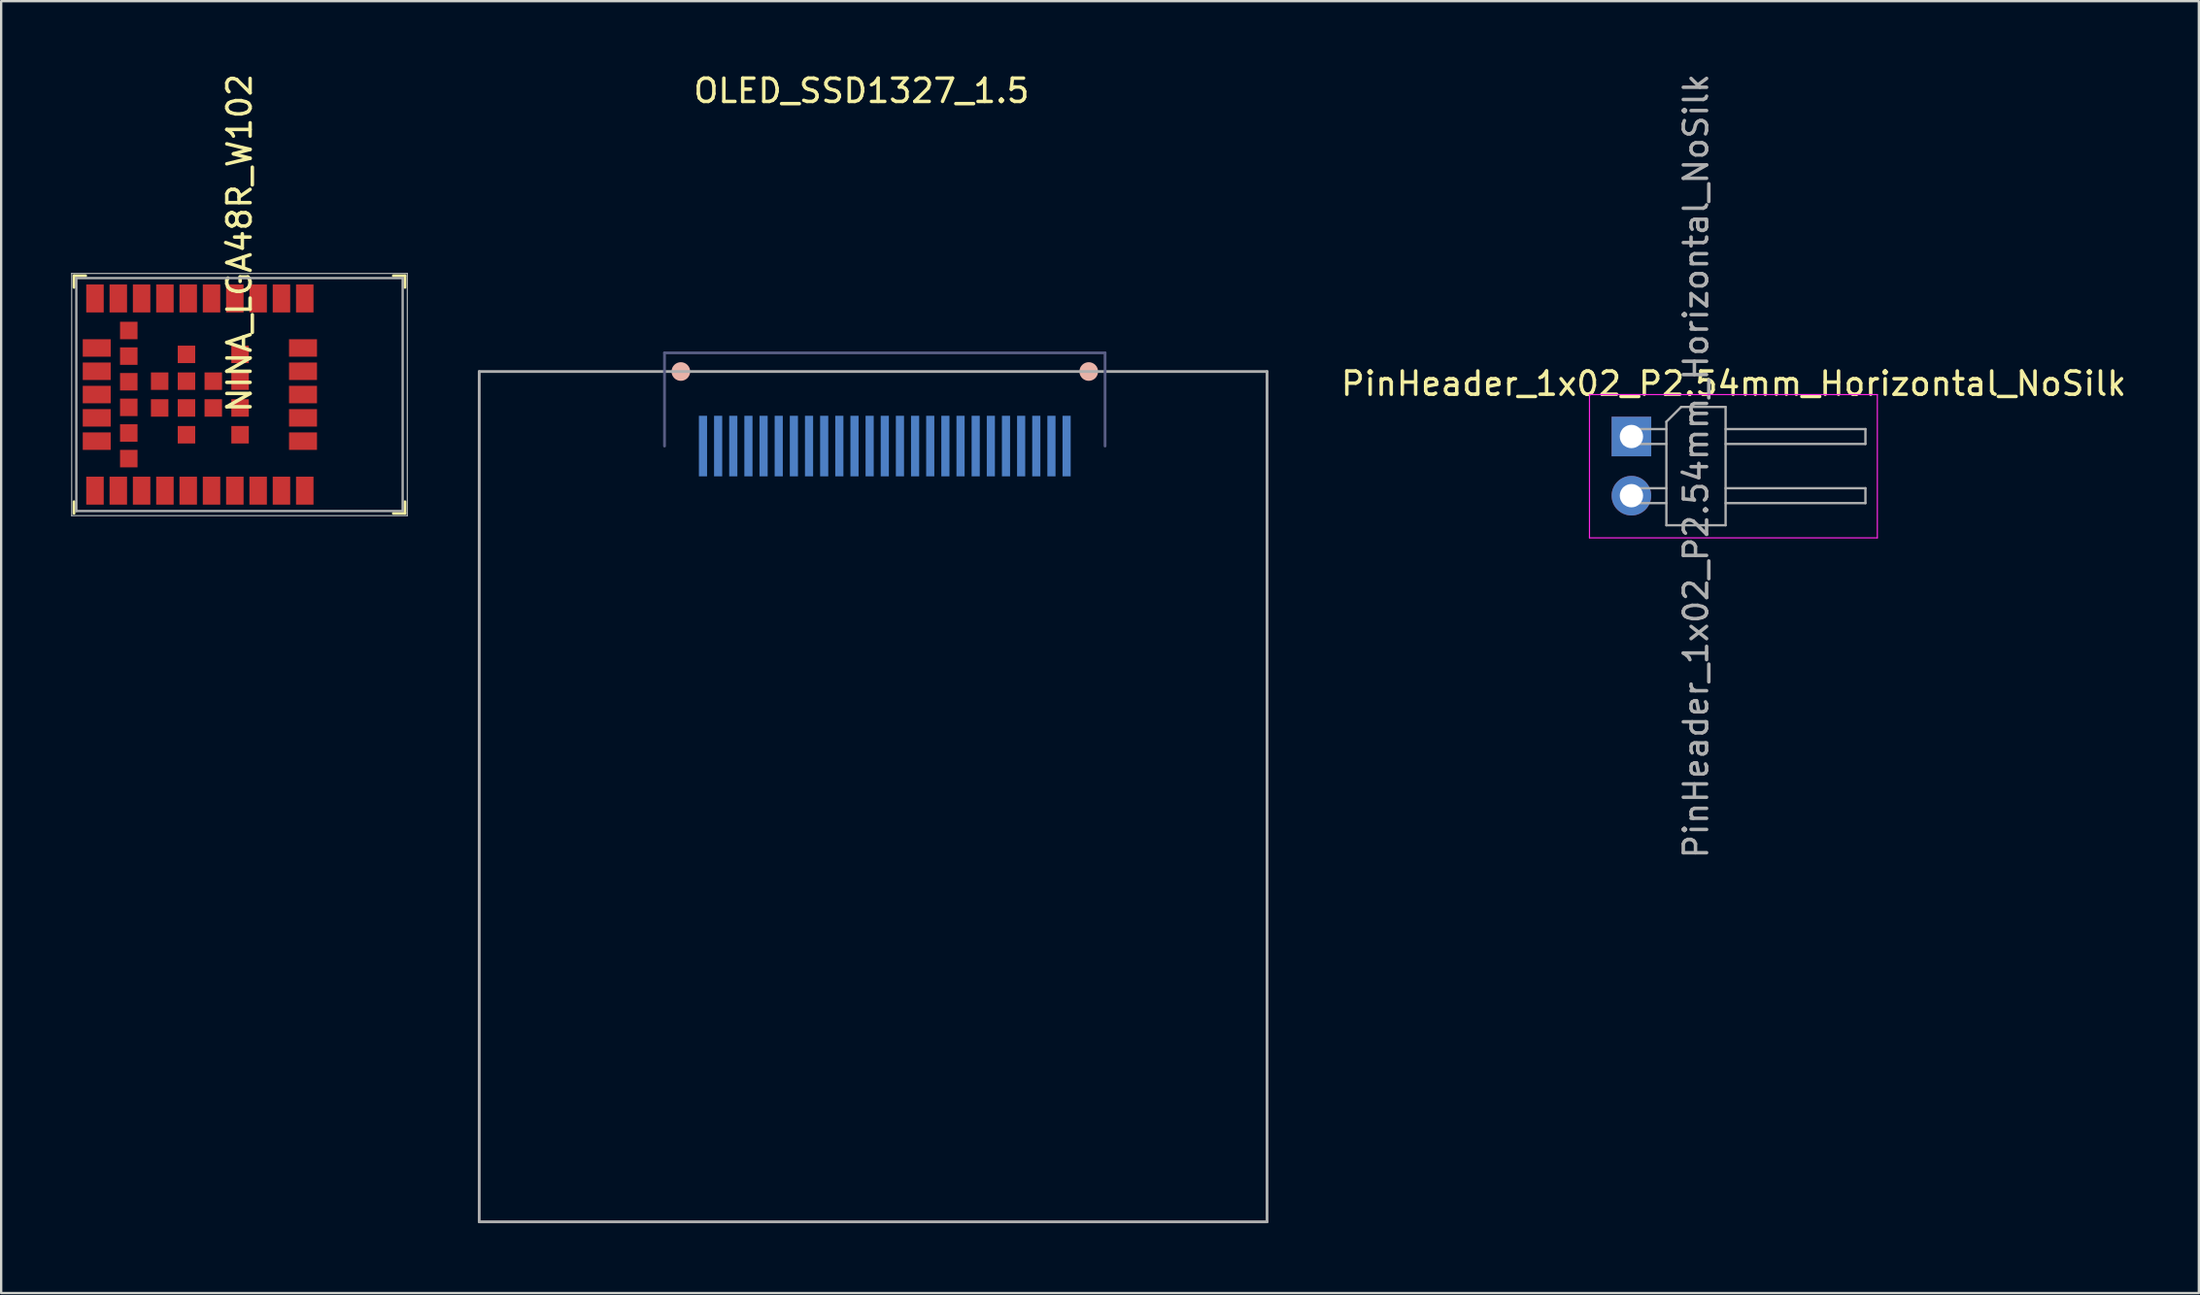
<source format=kicad_pcb>
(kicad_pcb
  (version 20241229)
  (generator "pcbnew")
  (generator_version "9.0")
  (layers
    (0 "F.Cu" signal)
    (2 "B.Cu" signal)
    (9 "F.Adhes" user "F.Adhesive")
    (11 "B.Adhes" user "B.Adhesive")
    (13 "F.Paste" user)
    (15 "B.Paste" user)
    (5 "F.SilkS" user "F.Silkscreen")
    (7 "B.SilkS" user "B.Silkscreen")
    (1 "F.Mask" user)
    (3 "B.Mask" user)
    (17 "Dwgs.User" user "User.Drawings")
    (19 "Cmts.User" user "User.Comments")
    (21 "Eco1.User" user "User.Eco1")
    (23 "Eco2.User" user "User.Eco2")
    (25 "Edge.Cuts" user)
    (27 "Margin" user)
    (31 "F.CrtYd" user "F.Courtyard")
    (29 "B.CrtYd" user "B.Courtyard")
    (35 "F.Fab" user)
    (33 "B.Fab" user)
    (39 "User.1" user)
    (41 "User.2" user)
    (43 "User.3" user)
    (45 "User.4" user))
  (footprint "PinHeader_1x02_P2.54mm_Horizontal_NoSilk"
    (layer "F.Cu")
    (at 66.943 15.688)
    (property "Reference" "PinHeader_1x02_P2.54mm_Horizontal_NoSilk" (at 4.385 -2.27 0) (layer "F.SilkS") (effects (font (size 1 1) (thickness 0.15))))
    (attr through_hole)
    (fp_line (start -1.8 -1.8) (end -1.8 4.35) (stroke (width 0.05) (type solid)) (layer "F.CrtYd"))
    (fp_line (start -1.8 4.35) (end 10.55 4.35) (stroke (width 0.05) (type solid)) (layer "F.CrtYd"))
    (fp_line (start 10.55 -1.8) (end -1.8 -1.8) (stroke (width 0.05) (type solid)) (layer "F.CrtYd"))
    (fp_line (start 10.55 4.35) (end 10.55 -1.8) (stroke (width 0.05) (type solid)) (layer "F.CrtYd"))
    (fp_line (start -0.32 -0.32) (end -0.32 0.32) (stroke (width 0.1) (type solid)) (layer "F.Fab"))
    (fp_line (start -0.32 -0.32) (end 1.5 -0.32) (stroke (width 0.1) (type solid)) (layer "F.Fab"))
    (fp_line (start -0.32 0.32) (end 1.5 0.32) (stroke (width 0.1) (type solid)) (layer "F.Fab"))
    (fp_line (start -0.32 2.22) (end -0.32 2.86) (stroke (width 0.1) (type solid)) (layer "F.Fab"))
    (fp_line (start -0.32 2.22) (end 1.5 2.22) (stroke (width 0.1) (type solid)) (layer "F.Fab"))
    (fp_line (start -0.32 2.86) (end 1.5 2.86) (stroke (width 0.1) (type solid)) (layer "F.Fab"))
    (fp_line (start 1.5 -0.635) (end 2.135 -1.27) (stroke (width 0.1) (type solid)) (layer "F.Fab"))
    (fp_line (start 1.5 3.81) (end 1.5 -0.635) (stroke (width 0.1) (type solid)) (layer "F.Fab"))
    (fp_line (start 2.135 -1.27) (end 4.04 -1.27) (stroke (width 0.1) (type solid)) (layer "F.Fab"))
    (fp_line (start 4.04 -1.27) (end 4.04 3.81) (stroke (width 0.1) (type solid)) (layer "F.Fab"))
    (fp_line (start 4.04 -0.32) (end 10.04 -0.32) (stroke (width 0.1) (type solid)) (layer "F.Fab"))
    (fp_line (start 4.04 0.32) (end 10.04 0.32) (stroke (width 0.1) (type solid)) (layer "F.Fab"))
    (fp_line (start 4.04 2.22) (end 10.04 2.22) (stroke (width 0.1) (type solid)) (layer "F.Fab"))
    (fp_line (start 4.04 2.86) (end 10.04 2.86) (stroke (width 0.1) (type solid)) (layer "F.Fab"))
    (fp_line (start 4.04 3.81) (end 1.5 3.81) (stroke (width 0.1) (type solid)) (layer "F.Fab"))
    (fp_line (start 10.04 -0.32) (end 10.04 0.32) (stroke (width 0.1) (type solid)) (layer "F.Fab"))
    (fp_line (start 10.04 2.22) (end 10.04 2.86) (stroke (width 0.1) (type solid)) (layer "F.Fab"))
    (fp_text user "${REFERENCE}" (at 2.77 1.27 90) (layer "F.Fab") (effects (font (size 1 1) (thickness 0.15))))
    (pad "1" thru_hole rect (at 0 0) (size 1.7 1.7) (drill 1) (layers "*.Cu" "*.Mask"))
    (pad "2" thru_hole oval (at 0 2.54) (size 1.7 1.7) (drill 1) (layers "*.Cu" "*.Mask")))
  (footprint "OLED_SSD1327_1.5"
    (layer "F.Cu")
    (at 34.41 16.098)
    (property "Reference" "OLED_SSD1327_1.5" (at -0.5 -15.25 0) (layer "F.SilkS") (effects (font (size 1 1) (thickness 0.15))))
    (attr through_hole)
    (fp_circle (center -8.25 -3.2) (end -8.05 -3.2) (stroke (width 0.4) (type solid)) (fill no) (layer "B.SilkS"))
    (fp_circle (center 9.25 -3.2) (end 9.45 -3.2) (stroke (width 0.4) (type solid)) (fill no) (layer "B.SilkS"))
    (fp_line (start -8.95 0) (end -8.95 -4) (stroke (width 0.12) (type solid)) (layer "B.Fab"))
    (fp_line (start 9.95 -4) (end -8.95 -4) (stroke (width 0.12) (type solid)) (layer "B.Fab"))
    (fp_line (start 9.95 -4) (end 9.95 0) (stroke (width 0.12) (type solid)) (layer "B.Fab"))
    (fp_line (start -16.9 33.3) (end -16.9 -3.2) (stroke (width 0.12) (type solid)) (layer "F.Fab"))
    (fp_line (start 16.9 -3.2) (end -16.9 -3.2) (stroke (width 0.12) (type solid)) (layer "F.Fab"))
    (fp_line (start 16.9 33.3) (end -16.9 33.3) (stroke (width 0.12) (type solid)) (layer "F.Fab"))
    (fp_line (start 16.9 33.3) (end 16.9 -3.2) (stroke (width 0.12) (type solid)) (layer "F.Fab"))
    (pad "1" smd rect (at 8.3 0 180) (size 0.35 2.6) (layers "B.Cu" "B.Mask" "B.Paste"))
    (pad "2" smd rect (at 7.65 0 180) (size 0.35 2.6) (layers "B.Cu" "B.Mask" "B.Paste"))
    (pad "3" smd rect (at 7 0 180) (size 0.35 2.6) (layers "B.Cu" "B.Mask" "B.Paste"))
    (pad "4" smd rect (at 6.35 0 180) (size 0.35 2.6) (layers "B.Cu" "B.Mask" "B.Paste"))
    (pad "5" smd rect (at 5.7 0 180) (size 0.35 2.6) (layers "B.Cu" "B.Mask" "B.Paste"))
    (pad "6" smd rect (at 5.05 0 180) (size 0.35 2.6) (layers "B.Cu" "B.Mask" "B.Paste"))
    (pad "7" smd rect (at 4.4 0 180) (size 0.35 2.6) (layers "B.Cu" "B.Mask" "B.Paste"))
    (pad "8" smd rect (at 3.75 0 180) (size 0.35 2.6) (layers "B.Cu" "B.Mask" "B.Paste"))
    (pad "9" smd rect (at 3.1 0 180) (size 0.35 2.6) (layers "B.Cu" "B.Mask" "B.Paste"))
    (pad "10" smd rect (at 2.45 0 180) (size 0.35 2.6) (layers "B.Cu" "B.Mask" "B.Paste"))
    (pad "11" smd rect (at 1.8 0 180) (size 0.35 2.6) (layers "B.Cu" "B.Mask" "B.Paste"))
    (pad "12" smd rect (at 1.15 0 180) (size 0.35 2.6) (layers "B.Cu" "B.Mask" "B.Paste"))
    (pad "13" smd rect (at 0.5 0 180) (size 0.35 2.6) (layers "B.Cu" "B.Mask" "B.Paste"))
    (pad "14" smd rect (at -0.15 0 180) (size 0.35 2.6) (layers "B.Cu" "B.Mask" "B.Paste"))
    (pad "15" smd rect (at -0.8 0 180) (size 0.35 2.6) (layers "B.Cu" "B.Mask" "B.Paste"))
    (pad "16" smd rect (at -1.45 0 180) (size 0.35 2.6) (layers "B.Cu" "B.Mask" "B.Paste"))
    (pad "17" smd rect (at -2.1 0 180) (size 0.35 2.6) (layers "B.Cu" "B.Mask" "B.Paste"))
    (pad "18" smd rect (at -2.75 0 180) (size 0.35 2.6) (layers "B.Cu" "B.Mask" "B.Paste"))
    (pad "19" smd rect (at -3.4 0 180) (size 0.35 2.6) (layers "B.Cu" "B.Mask" "B.Paste"))
    (pad "20" smd rect (at -4.05 0 180) (size 0.35 2.6) (layers "B.Cu" "B.Mask" "B.Paste"))
    (pad "21" smd rect (at -4.7 0 180) (size 0.35 2.6) (layers "B.Cu" "B.Mask" "B.Paste"))
    (pad "22" smd rect (at -5.35 0 180) (size 0.35 2.6) (layers "B.Cu" "B.Mask" "B.Paste"))
    (pad "23" smd rect (at -6 0 180) (size 0.35 2.6) (layers "B.Cu" "B.Mask" "B.Paste"))
    (pad "24" smd rect (at -6.65 0 180) (size 0.35 2.6) (layers "B.Cu" "B.Mask" "B.Paste"))
    (pad "25" smd rect (at -7.3 0 180) (size 0.35 2.6) (layers "B.Cu" "B.Mask" "B.Paste")))
  (footprint "NINA_LGA48R_W102"
    (layer "F.Cu")
    (at 7.225 13.887)
    (property "Reference" "NINA_LGA48R_W102" (at 0 -6.5 90) (layer "F.SilkS") (effects (font (size 1 1) (thickness 0.15))))
    (attr through_hole)
    (fp_line (start -7.1 -4.6) (end -7.1 -5.1) (stroke (width 0.12) (type solid)) (layer "F.SilkS"))
    (fp_line (start -7.1 4.6) (end -7.1 5.1) (stroke (width 0.12) (type solid)) (layer "F.SilkS"))
    (fp_line (start -6.6 -5.1) (end -7.1 -5.1) (stroke (width 0.12) (type solid)) (layer "F.SilkS"))
    (fp_line (start 6.6 -5.1) (end 7.1 -5.1) (stroke (width 0.12) (type solid)) (layer "F.SilkS"))
    (fp_line (start 6.6 5.1) (end 7.1 5.1) (stroke (width 0.12) (type solid)) (layer "F.SilkS"))
    (fp_line (start 7.1 -4.6) (end 7.1 -5.1) (stroke (width 0.12) (type solid)) (layer "F.SilkS"))
    (fp_line (start 7.1 4.6) (end 7.1 5.1) (stroke (width 0.12) (type solid)) (layer "F.SilkS"))
    (fp_line (start -7.2 -5.2) (end 7.2 -5.2) (stroke (width 0.05) (type solid)) (layer "F.Fab"))
    (fp_line (start -7.2 5.2) (end -7.2 -5.2) (stroke (width 0.05) (type solid)) (layer "F.Fab"))
    (fp_line (start -7.2 5.2) (end 7.2 5.2) (stroke (width 0.05) (type solid)) (layer "F.Fab"))
    (fp_line (start -7 -5) (end 7 -5) (stroke (width 0.1) (type solid)) (layer "F.Fab"))
    (fp_line (start -7 5) (end -7 -5) (stroke (width 0.1) (type solid)) (layer "F.Fab"))
    (fp_line (start -7 5) (end 7 5) (stroke (width 0.1) (type solid)) (layer "F.Fab"))
    (fp_line (start 7 5) (end 7 -5) (stroke (width 0.1) (type solid)) (layer "F.Fab"))
    (fp_line (start 7.2 5.2) (end 7.2 -5.2) (stroke (width 0.05) (type solid)) (layer "F.Fab"))
    (pad "1" smd rect (at -6.2 4.125) (size 0.75 1.2) (layers "F.Cu" "F.Mask" "F.Paste"))
    (pad "2" smd rect (at -5.2 4.125) (size 0.75 1.2) (layers "F.Cu" "F.Mask" "F.Paste"))
    (pad "3" smd rect (at -4.2 4.125) (size 0.75 1.2) (layers "F.Cu" "F.Mask" "F.Paste"))
    (pad "4" smd rect (at -3.2 4.125) (size 0.75 1.2) (layers "F.Cu" "F.Mask" "F.Paste"))
    (pad "5" smd rect (at -2.2 4.125) (size 0.75 1.2) (layers "F.Cu" "F.Mask" "F.Paste"))
    (pad "6" smd rect (at -1.2 4.125) (size 0.75 1.2) (layers "F.Cu" "F.Mask" "F.Paste"))
    (pad "7" smd rect (at -0.2 4.125) (size 0.75 1.2) (layers "F.Cu" "F.Mask" "F.Paste"))
    (pad "8" smd rect (at 0.8 4.125) (size 0.75 1.2) (layers "F.Cu" "F.Mask" "F.Paste"))
    (pad "9" smd rect (at 1.8 4.125) (size 0.75 1.2) (layers "F.Cu" "F.Mask" "F.Paste"))
    (pad "10" smd rect (at 2.8 4.125) (size 0.75 1.2) (layers "F.Cu" "F.Mask" "F.Paste"))
    (pad "11" smd rect (at 2.725 2) (size 1.2 0.75) (layers "F.Cu" "F.Mask" "F.Paste"))
    (pad "12" smd rect (at 2.725 1) (size 1.2 0.75) (layers "F.Cu" "F.Mask" "F.Paste"))
    (pad "13" smd rect (at 2.725 0.000003) (size 1.2 0.75) (layers "F.Cu" "F.Mask" "F.Paste"))
    (pad "14" smd rect (at 2.725 -1) (size 1.2 0.75) (layers "F.Cu" "F.Mask" "F.Paste"))
    (pad "15" smd rect (at 2.725 -2) (size 1.2 0.75) (layers "F.Cu" "F.Mask" "F.Paste"))
    (pad "16" smd rect (at 2.8 -4.125) (size 0.75 1.2) (layers "F.Cu" "F.Mask" "F.Paste"))
    (pad "17" smd rect (at 1.8 -4.125) (size 0.75 1.2) (layers "F.Cu" "F.Mask" "F.Paste"))
    (pad "18" smd rect (at 0.8 -4.125) (size 0.75 1.2) (layers "F.Cu" "F.Mask" "F.Paste"))
    (pad "19" smd rect (at -0.2 -4.125) (size 0.75 1.2) (layers "F.Cu" "F.Mask" "F.Paste"))
    (pad "20" smd rect (at -1.2 -4.125) (size 0.75 1.2) (layers "F.Cu" "F.Mask" "F.Paste"))
    (pad "21" smd rect (at -2.2 -4.125) (size 0.75 1.2) (layers "F.Cu" "F.Mask" "F.Paste"))
    (pad "22" smd rect (at -3.2 -4.125) (size 0.75 1.2) (layers "F.Cu" "F.Mask" "F.Paste"))
    (pad "23" smd rect (at -4.2 -4.125) (size 0.75 1.2) (layers "F.Cu" "F.Mask" "F.Paste"))
    (pad "24" smd rect (at -5.2 -4.125) (size 0.75 1.2) (layers "F.Cu" "F.Mask" "F.Paste"))
    (pad "25" smd rect (at -6.2 -4.125) (size 0.75 1.2) (layers "F.Cu" "F.Mask" "F.Paste"))
    (pad "26" smd rect (at -6.125 -2) (size 1.2 0.75) (layers "F.Cu" "F.Mask" "F.Paste"))
    (pad "27" smd rect (at -6.125 -1) (size 1.2 0.75) (layers "F.Cu" "F.Mask" "F.Paste"))
    (pad "28" smd rect (at -6.125 0.000003) (size 1.2 0.75) (layers "F.Cu" "F.Mask" "F.Paste"))
    (pad "29" smd rect (at -6.125 1) (size 1.2 0.75) (layers "F.Cu" "F.Mask" "F.Paste"))
    (pad "30" smd rect (at -6.125 2) (size 1.2 0.75) (layers "F.Cu" "F.Mask" "F.Paste"))
    (pad "31" smd rect (at -4.75 2.75) (size 0.75 0.75) (layers "F.Cu" "F.Mask" "F.Paste"))
    (pad "32" smd rect (at -4.75 1.65) (size 0.75 0.75) (layers "F.Cu" "F.Mask" "F.Paste"))
    (pad "33" smd rect (at -4.75 0.55) (size 0.75 0.75) (layers "F.Cu" "F.Mask" "F.Paste"))
    (pad "34" smd rect (at -4.75 -0.55) (size 0.75 0.75) (layers "F.Cu" "F.Mask" "F.Paste"))
    (pad "35" smd rect (at -4.75 -1.65) (size 0.75 0.75) (layers "F.Cu" "F.Mask" "F.Paste"))
    (pad "36" smd rect (at -4.75 -2.75) (size 0.75 0.75) (layers "F.Cu" "F.Mask" "F.Paste"))
    (pad "37" smd rect (at -3.425 0.575) (size 0.75 0.75) (layers "F.Cu" "F.Mask" "F.Paste"))
    (pad "38" smd rect (at -3.425 -0.575) (size 0.75 0.75) (layers "F.Cu" "F.Mask" "F.Paste"))
    (pad "39" smd rect (at -2.275 1.725) (size 0.75 0.75) (layers "F.Cu" "F.Mask" "F.Paste"))
    (pad "40" smd rect (at -2.275 0.575) (size 0.75 0.75) (layers "F.Cu" "F.Mask" "F.Paste"))
    (pad "41" smd rect (at -2.275 -0.575) (size 0.75 0.75) (layers "F.Cu" "F.Mask" "F.Paste"))
    (pad "42" smd rect (at -2.275 -1.725) (size 0.75 0.75) (layers "F.Cu" "F.Mask" "F.Paste"))
    (pad "43" smd rect (at -1.125 0.575) (size 0.75 0.75) (layers "F.Cu" "F.Mask" "F.Paste"))
    (pad "44" smd rect (at -1.125 -0.575) (size 0.75 0.75) (layers "F.Cu" "F.Mask" "F.Paste"))
    (pad "45" smd rect (at 0.025 1.725) (size 0.75 0.75) (layers "F.Cu" "F.Mask" "F.Paste"))
    (pad "46" smd rect (at 0.025 0.575) (size 0.75 0.75) (layers "F.Cu" "F.Mask" "F.Paste"))
    (pad "47" smd rect (at 0.025 -0.575) (size 0.75 0.75) (layers "F.Cu" "F.Mask" "F.Paste"))
    (pad "48" smd rect (at 0.025 -1.725) (size 0.75 0.75) (layers "F.Cu" "F.Mask" "F.Paste")))
  (gr_rect
    (start -3 -3)
    (end 91.287 52.458)
    (stroke (width 0.1) (type default))
    (fill no)
    (layer "Edge.Cuts")))
</source>
